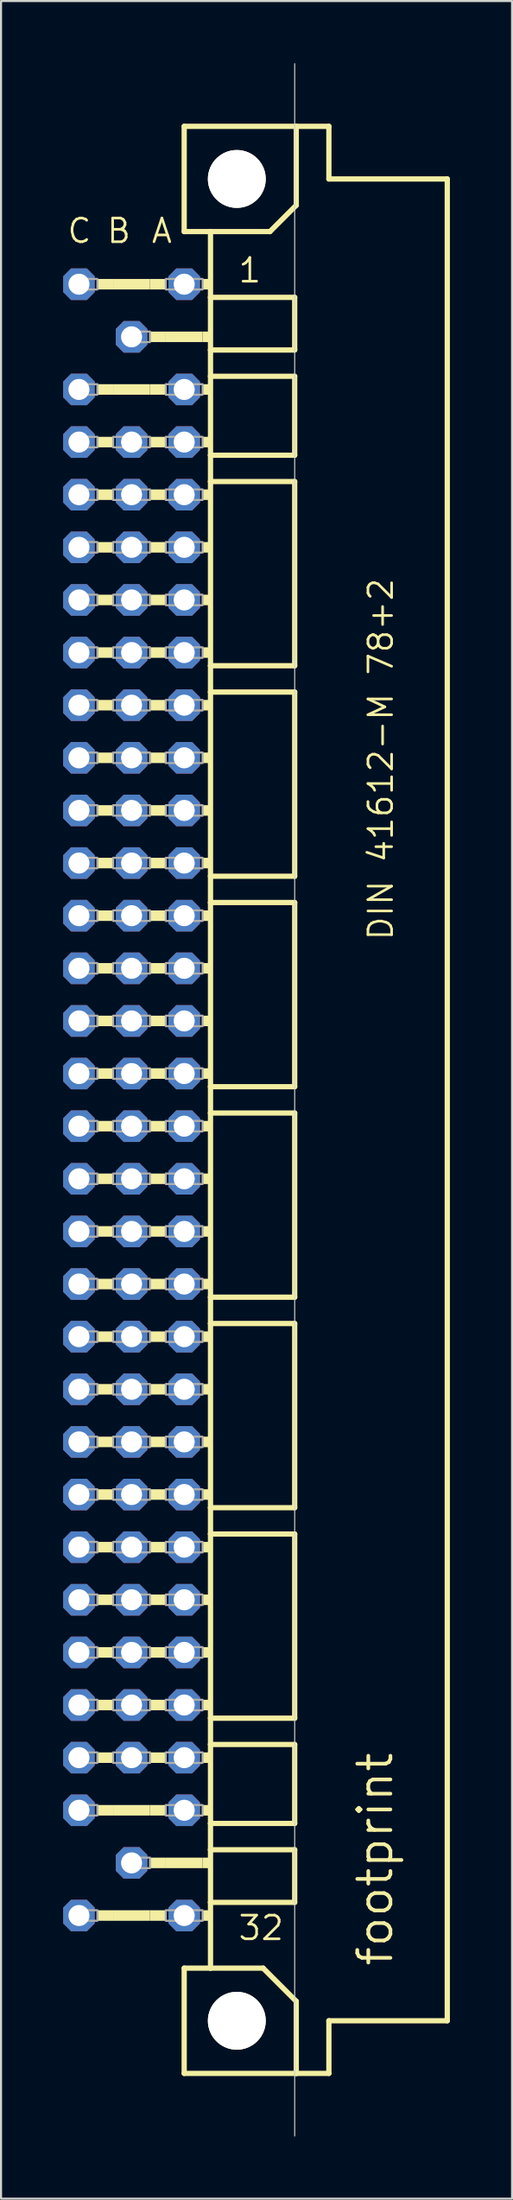
<source format=kicad_pcb>
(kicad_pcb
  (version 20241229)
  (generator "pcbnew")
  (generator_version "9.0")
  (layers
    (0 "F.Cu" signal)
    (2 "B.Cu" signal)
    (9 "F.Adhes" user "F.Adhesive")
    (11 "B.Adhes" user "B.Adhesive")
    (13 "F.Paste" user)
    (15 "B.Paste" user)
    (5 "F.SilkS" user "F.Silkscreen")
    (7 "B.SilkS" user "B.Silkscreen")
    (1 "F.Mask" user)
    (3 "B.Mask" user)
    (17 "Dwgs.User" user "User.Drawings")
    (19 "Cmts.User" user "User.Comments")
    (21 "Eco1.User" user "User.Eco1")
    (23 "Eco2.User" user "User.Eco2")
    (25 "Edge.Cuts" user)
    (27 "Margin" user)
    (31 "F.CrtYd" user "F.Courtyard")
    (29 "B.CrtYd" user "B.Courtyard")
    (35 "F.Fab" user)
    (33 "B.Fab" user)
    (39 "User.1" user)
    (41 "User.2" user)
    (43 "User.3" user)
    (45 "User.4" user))
  (footprint "footprint"
    (layer "F.Cu")
    (at 8.382 50.038)
    (property "Reference" "footprint" (at 7.62 41.91 90) (layer "F.SilkS") (effects (font (size 1.6 1.6) (thickness 0.178)) (justify left bottom)))
    (fp_line (start -2.54 -46.99) (end -2.54 -41.91) (stroke (width 0.254) (type solid)) (layer "F.SilkS"))
    (fp_line (start -2.54 -41.91) (end -1.27 -41.91) (stroke (width 0.254) (type solid)) (layer "F.SilkS"))
    (fp_line (start -2.54 41.91) (end -2.54 46.99) (stroke (width 0.254) (type solid)) (layer "F.SilkS"))
    (fp_line (start -2.54 41.91) (end -1.27 41.91) (stroke (width 0.254) (type solid)) (layer "F.SilkS"))
    (fp_line (start -2.54 46.99) (end 2.87 46.99) (stroke (width 0.254) (type solid)) (layer "F.SilkS"))
    (fp_line (start -1.27 -41.91) (end -1.27 -38.735) (stroke (width 0.254) (type solid)) (layer "F.SilkS"))
    (fp_line (start -1.27 -41.91) (end 1.6 -41.91) (stroke (width 0.254) (type solid)) (layer "F.SilkS"))
    (fp_line (start -1.27 -38.735) (end -1.27 -36.195) (stroke (width 0.254) (type solid)) (layer "F.SilkS"))
    (fp_line (start -1.27 -36.195) (end -1.27 -34.925) (stroke (width 0.254) (type solid)) (layer "F.SilkS"))
    (fp_line (start -1.27 -34.925) (end -1.27 -31.115) (stroke (width 0.254) (type solid)) (layer "F.SilkS"))
    (fp_line (start -1.27 -31.115) (end -1.27 -29.845) (stroke (width 0.254) (type solid)) (layer "F.SilkS"))
    (fp_line (start -1.27 -29.845) (end -1.27 -20.955) (stroke (width 0.254) (type solid)) (layer "F.SilkS"))
    (fp_line (start -1.27 -20.955) (end -1.27 -19.685) (stroke (width 0.254) (type solid)) (layer "F.SilkS"))
    (fp_line (start -1.27 -19.685) (end -1.27 -10.795) (stroke (width 0.254) (type solid)) (layer "F.SilkS"))
    (fp_line (start -1.27 -10.795) (end -1.27 -9.525) (stroke (width 0.254) (type solid)) (layer "F.SilkS"))
    (fp_line (start -1.27 -9.525) (end -1.27 -0.635) (stroke (width 0.254) (type solid)) (layer "F.SilkS"))
    (fp_line (start -1.27 -0.635) (end -1.27 0.635) (stroke (width 0.254) (type solid)) (layer "F.SilkS"))
    (fp_line (start -1.27 0.635) (end -1.27 9.525) (stroke (width 0.254) (type solid)) (layer "F.SilkS"))
    (fp_line (start -1.27 9.525) (end -1.27 10.795) (stroke (width 0.254) (type solid)) (layer "F.SilkS"))
    (fp_line (start -1.27 10.795) (end -1.27 19.685) (stroke (width 0.254) (type solid)) (layer "F.SilkS"))
    (fp_line (start -1.27 19.685) (end -1.27 20.955) (stroke (width 0.254) (type solid)) (layer "F.SilkS"))
    (fp_line (start -1.27 20.955) (end -1.27 29.845) (stroke (width 0.254) (type solid)) (layer "F.SilkS"))
    (fp_line (start -1.27 29.845) (end -1.27 31.115) (stroke (width 0.254) (type solid)) (layer "F.SilkS"))
    (fp_line (start -1.27 31.115) (end -1.27 34.925) (stroke (width 0.254) (type solid)) (layer "F.SilkS"))
    (fp_line (start -1.27 34.925) (end -1.27 36.195) (stroke (width 0.254) (type solid)) (layer "F.SilkS"))
    (fp_line (start -1.27 36.195) (end -1.27 38.735) (stroke (width 0.254) (type solid)) (layer "F.SilkS"))
    (fp_line (start -1.27 38.735) (end -1.27 41.91) (stroke (width 0.254) (type solid)) (layer "F.SilkS"))
    (fp_line (start -1.27 41.91) (end 1.27 41.91) (stroke (width 0.254) (type solid)) (layer "F.SilkS"))
    (fp_line (start 1.6 -41.91) (end 2.87 -43.18) (stroke (width 0.254) (type solid)) (layer "F.SilkS"))
    (fp_line (start 2.794 -38.735) (end -1.27 -38.735) (stroke (width 0.254) (type solid)) (layer "F.SilkS"))
    (fp_line (start 2.794 -38.735) (end 2.794 -36.195) (stroke (width 0.254) (type solid)) (layer "F.SilkS"))
    (fp_line (start 2.794 -36.195) (end -1.27 -36.195) (stroke (width 0.254) (type solid)) (layer "F.SilkS"))
    (fp_line (start 2.794 -34.925) (end -1.27 -34.925) (stroke (width 0.254) (type solid)) (layer "F.SilkS"))
    (fp_line (start 2.794 -34.925) (end 2.794 -31.115) (stroke (width 0.254) (type solid)) (layer "F.SilkS"))
    (fp_line (start 2.794 -31.115) (end -1.27 -31.115) (stroke (width 0.254) (type solid)) (layer "F.SilkS"))
    (fp_line (start 2.794 -29.845) (end -1.27 -29.845) (stroke (width 0.254) (type solid)) (layer "F.SilkS"))
    (fp_line (start 2.794 -29.845) (end 2.794 -20.955) (stroke (width 0.254) (type solid)) (layer "F.SilkS"))
    (fp_line (start 2.794 -20.955) (end -1.27 -20.955) (stroke (width 0.254) (type solid)) (layer "F.SilkS"))
    (fp_line (start 2.794 -19.685) (end -1.27 -19.685) (stroke (width 0.254) (type solid)) (layer "F.SilkS"))
    (fp_line (start 2.794 -19.685) (end 2.794 -10.795) (stroke (width 0.254) (type solid)) (layer "F.SilkS"))
    (fp_line (start 2.794 -10.795) (end -1.27 -10.795) (stroke (width 0.254) (type solid)) (layer "F.SilkS"))
    (fp_line (start 2.794 -9.525) (end -1.27 -9.525) (stroke (width 0.254) (type solid)) (layer "F.SilkS"))
    (fp_line (start 2.794 -9.525) (end 2.794 -0.635) (stroke (width 0.254) (type solid)) (layer "F.SilkS"))
    (fp_line (start 2.794 -0.635) (end -1.27 -0.635) (stroke (width 0.254) (type solid)) (layer "F.SilkS"))
    (fp_line (start 2.794 0.635) (end -1.27 0.635) (stroke (width 0.254) (type solid)) (layer "F.SilkS"))
    (fp_line (start 2.794 0.635) (end 2.794 9.525) (stroke (width 0.254) (type solid)) (layer "F.SilkS"))
    (fp_line (start 2.794 9.525) (end -1.27 9.525) (stroke (width 0.254) (type solid)) (layer "F.SilkS"))
    (fp_line (start 2.794 10.795) (end -1.27 10.795) (stroke (width 0.254) (type solid)) (layer "F.SilkS"))
    (fp_line (start 2.794 10.795) (end 2.794 19.685) (stroke (width 0.254) (type solid)) (layer "F.SilkS"))
    (fp_line (start 2.794 19.685) (end -1.27 19.685) (stroke (width 0.254) (type solid)) (layer "F.SilkS"))
    (fp_line (start 2.794 20.955) (end -1.27 20.955) (stroke (width 0.254) (type solid)) (layer "F.SilkS"))
    (fp_line (start 2.794 20.955) (end 2.794 29.845) (stroke (width 0.254) (type solid)) (layer "F.SilkS"))
    (fp_line (start 2.794 29.845) (end -1.27 29.845) (stroke (width 0.254) (type solid)) (layer "F.SilkS"))
    (fp_line (start 2.794 31.115) (end -1.27 31.115) (stroke (width 0.254) (type solid)) (layer "F.SilkS"))
    (fp_line (start 2.794 31.115) (end 2.794 34.925) (stroke (width 0.254) (type solid)) (layer "F.SilkS"))
    (fp_line (start 2.794 34.925) (end -1.27 34.925) (stroke (width 0.254) (type solid)) (layer "F.SilkS"))
    (fp_line (start 2.794 36.195) (end -1.27 36.195) (stroke (width 0.254) (type solid)) (layer "F.SilkS"))
    (fp_line (start 2.794 36.195) (end 2.794 38.735) (stroke (width 0.254) (type solid)) (layer "F.SilkS"))
    (fp_line (start 2.794 38.735) (end -1.27 38.735) (stroke (width 0.254) (type solid)) (layer "F.SilkS"))
    (fp_line (start 2.87 -46.99) (end -2.54 -46.99) (stroke (width 0.254) (type solid)) (layer "F.SilkS"))
    (fp_line (start 2.87 -43.18) (end 2.87 -46.99) (stroke (width 0.254) (type solid)) (layer "F.SilkS"))
    (fp_line (start 2.87 43.51) (end 1.27 41.91) (stroke (width 0.254) (type solid)) (layer "F.SilkS"))
    (fp_line (start 2.87 43.51) (end 2.87 46.99) (stroke (width 0.254) (type solid)) (layer "F.SilkS"))
    (fp_line (start 2.87 46.99) (end 4.445 46.99) (stroke (width 0.254) (type solid)) (layer "F.SilkS"))
    (fp_line (start 4.445 -46.99) (end 2.87 -46.99) (stroke (width 0.254) (type solid)) (layer "F.SilkS"))
    (fp_line (start 4.445 -44.45) (end 4.445 -46.99) (stroke (width 0.254) (type solid)) (layer "F.SilkS"))
    (fp_line (start 4.445 44.45) (end 10.16 44.45) (stroke (width 0.254) (type solid)) (layer "F.SilkS"))
    (fp_line (start 4.445 46.99) (end 4.445 44.45) (stroke (width 0.254) (type solid)) (layer "F.SilkS"))
    (fp_line (start 10.16 -44.45) (end 4.445 -44.45) (stroke (width 0.254) (type solid)) (layer "F.SilkS"))
    (fp_line (start 10.16 44.45) (end 10.16 -44.45) (stroke (width 0.254) (type solid)) (layer "F.SilkS"))
    (fp_circle (center 0 -44.45) (end 1.27 -44.45) (stroke (width 0.254) (type solid)) (fill no) (layer "F.SilkS"))
    (fp_circle (center 0 44.45) (end 1.27 44.45) (stroke (width 0.254) (type solid)) (fill no) (layer "F.SilkS"))
    (fp_poly (pts (xy -6.731 -39.116) (xy -5.969 -39.116) (xy -5.969 -39.624) (xy -6.731 -39.624)) (stroke (width 0) (type solid)) (fill yes) (layer "F.SilkS"))
    (fp_poly (pts (xy -6.731 -34.036) (xy -5.969 -34.036) (xy -5.969 -34.544) (xy -6.731 -34.544)) (stroke (width 0) (type solid)) (fill yes) (layer "F.SilkS"))
    (fp_poly (pts (xy -6.731 -31.496) (xy -5.969 -31.496) (xy -5.969 -32.004) (xy -6.731 -32.004)) (stroke (width 0) (type solid)) (fill yes) (layer "F.SilkS"))
    (fp_poly (pts (xy -6.731 -28.956) (xy -5.969 -28.956) (xy -5.969 -29.464) (xy -6.731 -29.464)) (stroke (width 0) (type solid)) (fill yes) (layer "F.SilkS"))
    (fp_poly (pts (xy -6.731 -26.416) (xy -5.969 -26.416) (xy -5.969 -26.924) (xy -6.731 -26.924)) (stroke (width 0) (type solid)) (fill yes) (layer "F.SilkS"))
    (fp_poly (pts (xy -6.731 -23.876) (xy -5.969 -23.876) (xy -5.969 -24.384) (xy -6.731 -24.384)) (stroke (width 0) (type solid)) (fill yes) (layer "F.SilkS"))
    (fp_poly (pts (xy -6.731 -21.336) (xy -5.969 -21.336) (xy -5.969 -21.844) (xy -6.731 -21.844)) (stroke (width 0) (type solid)) (fill yes) (layer "F.SilkS"))
    (fp_poly (pts (xy -6.731 -18.796) (xy -5.969 -18.796) (xy -5.969 -19.304) (xy -6.731 -19.304)) (stroke (width 0) (type solid)) (fill yes) (layer "F.SilkS"))
    (fp_poly (pts (xy -6.731 -16.256) (xy -5.969 -16.256) (xy -5.969 -16.764) (xy -6.731 -16.764)) (stroke (width 0) (type solid)) (fill yes) (layer "F.SilkS"))
    (fp_poly (pts (xy -6.731 -13.716) (xy -5.969 -13.716) (xy -5.969 -14.224) (xy -6.731 -14.224)) (stroke (width 0) (type solid)) (fill yes) (layer "F.SilkS"))
    (fp_poly (pts (xy -6.731 -11.176) (xy -5.969 -11.176) (xy -5.969 -11.684) (xy -6.731 -11.684)) (stroke (width 0) (type solid)) (fill yes) (layer "F.SilkS"))
    (fp_poly (pts (xy -6.731 -8.636) (xy -5.969 -8.636) (xy -5.969 -9.144) (xy -6.731 -9.144)) (stroke (width 0) (type solid)) (fill yes) (layer "F.SilkS"))
    (fp_poly (pts (xy -6.731 -6.096) (xy -5.969 -6.096) (xy -5.969 -6.604) (xy -6.731 -6.604)) (stroke (width 0) (type solid)) (fill yes) (layer "F.SilkS"))
    (fp_poly (pts (xy -6.731 -3.556) (xy -5.969 -3.556) (xy -5.969 -4.064) (xy -6.731 -4.064)) (stroke (width 0) (type solid)) (fill yes) (layer "F.SilkS"))
    (fp_poly (pts (xy -6.731 -1.016) (xy -5.969 -1.016) (xy -5.969 -1.524) (xy -6.731 -1.524)) (stroke (width 0) (type solid)) (fill yes) (layer "F.SilkS"))
    (fp_poly (pts (xy -6.731 1.524) (xy -5.969 1.524) (xy -5.969 1.016) (xy -6.731 1.016)) (stroke (width 0) (type solid)) (fill yes) (layer "F.SilkS"))
    (fp_poly (pts (xy -6.731 4.064) (xy -5.969 4.064) (xy -5.969 3.556) (xy -6.731 3.556)) (stroke (width 0) (type solid)) (fill yes) (layer "F.SilkS"))
    (fp_poly (pts (xy -6.731 6.604) (xy -5.969 6.604) (xy -5.969 6.096) (xy -6.731 6.096)) (stroke (width 0) (type solid)) (fill yes) (layer "F.SilkS"))
    (fp_poly (pts (xy -6.731 9.144) (xy -5.969 9.144) (xy -5.969 8.636) (xy -6.731 8.636)) (stroke (width 0) (type solid)) (fill yes) (layer "F.SilkS"))
    (fp_poly (pts (xy -6.731 11.684) (xy -5.969 11.684) (xy -5.969 11.176) (xy -6.731 11.176)) (stroke (width 0) (type solid)) (fill yes) (layer "F.SilkS"))
    (fp_poly (pts (xy -6.731 14.224) (xy -5.969 14.224) (xy -5.969 13.716) (xy -6.731 13.716)) (stroke (width 0) (type solid)) (fill yes) (layer "F.SilkS"))
    (fp_poly (pts (xy -6.731 16.764) (xy -5.969 16.764) (xy -5.969 16.256) (xy -6.731 16.256)) (stroke (width 0) (type solid)) (fill yes) (layer "F.SilkS"))
    (fp_poly (pts (xy -6.731 19.304) (xy -5.969 19.304) (xy -5.969 18.796) (xy -6.731 18.796)) (stroke (width 0) (type solid)) (fill yes) (layer "F.SilkS"))
    (fp_poly (pts (xy -6.731 21.844) (xy -5.969 21.844) (xy -5.969 21.336) (xy -6.731 21.336)) (stroke (width 0) (type solid)) (fill yes) (layer "F.SilkS"))
    (fp_poly (pts (xy -6.731 24.384) (xy -5.969 24.384) (xy -5.969 23.876) (xy -6.731 23.876)) (stroke (width 0) (type solid)) (fill yes) (layer "F.SilkS"))
    (fp_poly (pts (xy -6.731 26.924) (xy -5.969 26.924) (xy -5.969 26.416) (xy -6.731 26.416)) (stroke (width 0) (type solid)) (fill yes) (layer "F.SilkS"))
    (fp_poly (pts (xy -6.731 29.464) (xy -5.969 29.464) (xy -5.969 28.956) (xy -6.731 28.956)) (stroke (width 0) (type solid)) (fill yes) (layer "F.SilkS"))
    (fp_poly (pts (xy -6.731 32.004) (xy -5.969 32.004) (xy -5.969 31.496) (xy -6.731 31.496)) (stroke (width 0) (type solid)) (fill yes) (layer "F.SilkS"))
    (fp_poly (pts (xy -6.731 34.544) (xy -5.969 34.544) (xy -5.969 34.036) (xy -6.731 34.036)) (stroke (width 0) (type solid)) (fill yes) (layer "F.SilkS"))
    (fp_poly (pts (xy -6.731 39.624) (xy -5.969 39.624) (xy -5.969 39.116) (xy -6.731 39.116)) (stroke (width 0) (type solid)) (fill yes) (layer "F.SilkS"))
    (fp_poly (pts (xy -5.969 -39.116) (xy -4.191 -39.116) (xy -4.191 -39.624) (xy -5.969 -39.624)) (stroke (width 0) (type solid)) (fill yes) (layer "F.SilkS"))
    (fp_poly (pts (xy -5.969 -34.036) (xy -4.191 -34.036) (xy -4.191 -34.544) (xy -5.969 -34.544)) (stroke (width 0) (type solid)) (fill yes) (layer "F.SilkS"))
    (fp_poly (pts (xy -5.969 34.544) (xy -4.191 34.544) (xy -4.191 34.036) (xy -5.969 34.036)) (stroke (width 0) (type solid)) (fill yes) (layer "F.SilkS"))
    (fp_poly (pts (xy -5.969 39.624) (xy -4.191 39.624) (xy -4.191 39.116) (xy -5.969 39.116)) (stroke (width 0) (type solid)) (fill yes) (layer "F.SilkS"))
    (fp_poly (pts (xy -4.191 -39.116) (xy -3.429 -39.116) (xy -3.429 -39.624) (xy -4.191 -39.624)) (stroke (width 0) (type solid)) (fill yes) (layer "F.SilkS"))
    (fp_poly (pts (xy -4.191 -36.576) (xy -3.429 -36.576) (xy -3.429 -37.084) (xy -4.191 -37.084)) (stroke (width 0) (type solid)) (fill yes) (layer "F.SilkS"))
    (fp_poly (pts (xy -4.191 -34.036) (xy -3.429 -34.036) (xy -3.429 -34.544) (xy -4.191 -34.544)) (stroke (width 0) (type solid)) (fill yes) (layer "F.SilkS"))
    (fp_poly (pts (xy -4.191 -31.496) (xy -3.429 -31.496) (xy -3.429 -32.004) (xy -4.191 -32.004)) (stroke (width 0) (type solid)) (fill yes) (layer "F.SilkS"))
    (fp_poly (pts (xy -4.191 -28.956) (xy -3.429 -28.956) (xy -3.429 -29.464) (xy -4.191 -29.464)) (stroke (width 0) (type solid)) (fill yes) (layer "F.SilkS"))
    (fp_poly (pts (xy -4.191 -26.416) (xy -3.429 -26.416) (xy -3.429 -26.924) (xy -4.191 -26.924)) (stroke (width 0) (type solid)) (fill yes) (layer "F.SilkS"))
    (fp_poly (pts (xy -4.191 -23.876) (xy -3.429 -23.876) (xy -3.429 -24.384) (xy -4.191 -24.384)) (stroke (width 0) (type solid)) (fill yes) (layer "F.SilkS"))
    (fp_poly (pts (xy -4.191 -21.336) (xy -3.429 -21.336) (xy -3.429 -21.844) (xy -4.191 -21.844)) (stroke (width 0) (type solid)) (fill yes) (layer "F.SilkS"))
    (fp_poly (pts (xy -4.191 -18.796) (xy -3.429 -18.796) (xy -3.429 -19.304) (xy -4.191 -19.304)) (stroke (width 0) (type solid)) (fill yes) (layer "F.SilkS"))
    (fp_poly (pts (xy -4.191 -16.256) (xy -3.429 -16.256) (xy -3.429 -16.764) (xy -4.191 -16.764)) (stroke (width 0) (type solid)) (fill yes) (layer "F.SilkS"))
    (fp_poly (pts (xy -4.191 -13.716) (xy -3.429 -13.716) (xy -3.429 -14.224) (xy -4.191 -14.224)) (stroke (width 0) (type solid)) (fill yes) (layer "F.SilkS"))
    (fp_poly (pts (xy -4.191 -11.176) (xy -3.429 -11.176) (xy -3.429 -11.684) (xy -4.191 -11.684)) (stroke (width 0) (type solid)) (fill yes) (layer "F.SilkS"))
    (fp_poly (pts (xy -4.191 -8.636) (xy -3.429 -8.636) (xy -3.429 -9.144) (xy -4.191 -9.144)) (stroke (width 0) (type solid)) (fill yes) (layer "F.SilkS"))
    (fp_poly (pts (xy -4.191 -6.096) (xy -3.429 -6.096) (xy -3.429 -6.604) (xy -4.191 -6.604)) (stroke (width 0) (type solid)) (fill yes) (layer "F.SilkS"))
    (fp_poly (pts (xy -4.191 -3.556) (xy -3.429 -3.556) (xy -3.429 -4.064) (xy -4.191 -4.064)) (stroke (width 0) (type solid)) (fill yes) (layer "F.SilkS"))
    (fp_poly (pts (xy -4.191 -1.016) (xy -3.429 -1.016) (xy -3.429 -1.524) (xy -4.191 -1.524)) (stroke (width 0) (type solid)) (fill yes) (layer "F.SilkS"))
    (fp_poly (pts (xy -4.191 1.524) (xy -3.429 1.524) (xy -3.429 1.016) (xy -4.191 1.016)) (stroke (width 0) (type solid)) (fill yes) (layer "F.SilkS"))
    (fp_poly (pts (xy -4.191 4.064) (xy -3.429 4.064) (xy -3.429 3.556) (xy -4.191 3.556)) (stroke (width 0) (type solid)) (fill yes) (layer "F.SilkS"))
    (fp_poly (pts (xy -4.191 6.604) (xy -3.429 6.604) (xy -3.429 6.096) (xy -4.191 6.096)) (stroke (width 0) (type solid)) (fill yes) (layer "F.SilkS"))
    (fp_poly (pts (xy -4.191 9.144) (xy -3.429 9.144) (xy -3.429 8.636) (xy -4.191 8.636)) (stroke (width 0) (type solid)) (fill yes) (layer "F.SilkS"))
    (fp_poly (pts (xy -4.191 11.684) (xy -3.429 11.684) (xy -3.429 11.176) (xy -4.191 11.176)) (stroke (width 0) (type solid)) (fill yes) (layer "F.SilkS"))
    (fp_poly (pts (xy -4.191 14.224) (xy -3.429 14.224) (xy -3.429 13.716) (xy -4.191 13.716)) (stroke (width 0) (type solid)) (fill yes) (layer "F.SilkS"))
    (fp_poly (pts (xy -4.191 16.764) (xy -3.429 16.764) (xy -3.429 16.256) (xy -4.191 16.256)) (stroke (width 0) (type solid)) (fill yes) (layer "F.SilkS"))
    (fp_poly (pts (xy -4.191 19.304) (xy -3.429 19.304) (xy -3.429 18.796) (xy -4.191 18.796)) (stroke (width 0) (type solid)) (fill yes) (layer "F.SilkS"))
    (fp_poly (pts (xy -4.191 21.844) (xy -3.429 21.844) (xy -3.429 21.336) (xy -4.191 21.336)) (stroke (width 0) (type solid)) (fill yes) (layer "F.SilkS"))
    (fp_poly (pts (xy -4.191 24.384) (xy -3.429 24.384) (xy -3.429 23.876) (xy -4.191 23.876)) (stroke (width 0) (type solid)) (fill yes) (layer "F.SilkS"))
    (fp_poly (pts (xy -4.191 26.924) (xy -3.429 26.924) (xy -3.429 26.416) (xy -4.191 26.416)) (stroke (width 0) (type solid)) (fill yes) (layer "F.SilkS"))
    (fp_poly (pts (xy -4.191 29.464) (xy -3.429 29.464) (xy -3.429 28.956) (xy -4.191 28.956)) (stroke (width 0) (type solid)) (fill yes) (layer "F.SilkS"))
    (fp_poly (pts (xy -4.191 32.004) (xy -3.429 32.004) (xy -3.429 31.496) (xy -4.191 31.496)) (stroke (width 0) (type solid)) (fill yes) (layer "F.SilkS"))
    (fp_poly (pts (xy -4.191 34.544) (xy -3.429 34.544) (xy -3.429 34.036) (xy -4.191 34.036)) (stroke (width 0) (type solid)) (fill yes) (layer "F.SilkS"))
    (fp_poly (pts (xy -4.191 37.084) (xy -3.429 37.084) (xy -3.429 36.576) (xy -4.191 36.576)) (stroke (width 0) (type solid)) (fill yes) (layer "F.SilkS"))
    (fp_poly (pts (xy -4.191 39.624) (xy -3.429 39.624) (xy -3.429 39.116) (xy -4.191 39.116)) (stroke (width 0) (type solid)) (fill yes) (layer "F.SilkS"))
    (fp_poly (pts (xy -3.429 -36.576) (xy -1.651 -36.576) (xy -1.651 -37.084) (xy -3.429 -37.084)) (stroke (width 0) (type solid)) (fill yes) (layer "F.SilkS"))
    (fp_poly (pts (xy -3.429 37.084) (xy -1.651 37.084) (xy -1.651 36.576) (xy -3.429 36.576)) (stroke (width 0) (type solid)) (fill yes) (layer "F.SilkS"))
    (fp_poly (pts (xy -1.651 -39.116) (xy -1.27 -39.116) (xy -1.27 -39.624) (xy -1.651 -39.624)) (stroke (width 0) (type solid)) (fill yes) (layer "F.SilkS"))
    (fp_poly (pts (xy -1.651 -36.576) (xy -1.27 -36.576) (xy -1.27 -37.084) (xy -1.651 -37.084)) (stroke (width 0) (type solid)) (fill yes) (layer "F.SilkS"))
    (fp_poly (pts (xy -1.651 -34.036) (xy -1.27 -34.036) (xy -1.27 -34.544) (xy -1.651 -34.544)) (stroke (width 0) (type solid)) (fill yes) (layer "F.SilkS"))
    (fp_poly (pts (xy -1.651 -31.496) (xy -1.27 -31.496) (xy -1.27 -32.004) (xy -1.651 -32.004)) (stroke (width 0) (type solid)) (fill yes) (layer "F.SilkS"))
    (fp_poly (pts (xy -1.651 -28.956) (xy -1.27 -28.956) (xy -1.27 -29.464) (xy -1.651 -29.464)) (stroke (width 0) (type solid)) (fill yes) (layer "F.SilkS"))
    (fp_poly (pts (xy -1.651 -26.416) (xy -1.27 -26.416) (xy -1.27 -26.924) (xy -1.651 -26.924)) (stroke (width 0) (type solid)) (fill yes) (layer "F.SilkS"))
    (fp_poly (pts (xy -1.651 -23.876) (xy -1.27 -23.876) (xy -1.27 -24.384) (xy -1.651 -24.384)) (stroke (width 0) (type solid)) (fill yes) (layer "F.SilkS"))
    (fp_poly (pts (xy -1.651 -21.336) (xy -1.27 -21.336) (xy -1.27 -21.844) (xy -1.651 -21.844)) (stroke (width 0) (type solid)) (fill yes) (layer "F.SilkS"))
    (fp_poly (pts (xy -1.651 -18.796) (xy -1.27 -18.796) (xy -1.27 -19.304) (xy -1.651 -19.304)) (stroke (width 0) (type solid)) (fill yes) (layer "F.SilkS"))
    (fp_poly (pts (xy -1.651 -16.256) (xy -1.27 -16.256) (xy -1.27 -16.764) (xy -1.651 -16.764)) (stroke (width 0) (type solid)) (fill yes) (layer "F.SilkS"))
    (fp_poly (pts (xy -1.651 -13.716) (xy -1.27 -13.716) (xy -1.27 -14.224) (xy -1.651 -14.224)) (stroke (width 0) (type solid)) (fill yes) (layer "F.SilkS"))
    (fp_poly (pts (xy -1.651 -11.176) (xy -1.27 -11.176) (xy -1.27 -11.684) (xy -1.651 -11.684)) (stroke (width 0) (type solid)) (fill yes) (layer "F.SilkS"))
    (fp_poly (pts (xy -1.651 -8.636) (xy -1.27 -8.636) (xy -1.27 -9.144) (xy -1.651 -9.144)) (stroke (width 0) (type solid)) (fill yes) (layer "F.SilkS"))
    (fp_poly (pts (xy -1.651 -6.096) (xy -1.27 -6.096) (xy -1.27 -6.604) (xy -1.651 -6.604)) (stroke (width 0) (type solid)) (fill yes) (layer "F.SilkS"))
    (fp_poly (pts (xy -1.651 -3.556) (xy -1.27 -3.556) (xy -1.27 -4.064) (xy -1.651 -4.064)) (stroke (width 0) (type solid)) (fill yes) (layer "F.SilkS"))
    (fp_poly (pts (xy -1.651 -1.016) (xy -1.27 -1.016) (xy -1.27 -1.524) (xy -1.651 -1.524)) (stroke (width 0) (type solid)) (fill yes) (layer "F.SilkS"))
    (fp_poly (pts (xy -1.651 1.524) (xy -1.27 1.524) (xy -1.27 1.016) (xy -1.651 1.016)) (stroke (width 0) (type solid)) (fill yes) (layer "F.SilkS"))
    (fp_poly (pts (xy -1.651 4.064) (xy -1.27 4.064) (xy -1.27 3.556) (xy -1.651 3.556)) (stroke (width 0) (type solid)) (fill yes) (layer "F.SilkS"))
    (fp_poly (pts (xy -1.651 6.604) (xy -1.27 6.604) (xy -1.27 6.096) (xy -1.651 6.096)) (stroke (width 0) (type solid)) (fill yes) (layer "F.SilkS"))
    (fp_poly (pts (xy -1.651 9.144) (xy -1.27 9.144) (xy -1.27 8.636) (xy -1.651 8.636)) (stroke (width 0) (type solid)) (fill yes) (layer "F.SilkS"))
    (fp_poly (pts (xy -1.651 11.684) (xy -1.27 11.684) (xy -1.27 11.176) (xy -1.651 11.176)) (stroke (width 0) (type solid)) (fill yes) (layer "F.SilkS"))
    (fp_poly (pts (xy -1.651 14.224) (xy -1.27 14.224) (xy -1.27 13.716) (xy -1.651 13.716)) (stroke (width 0) (type solid)) (fill yes) (layer "F.SilkS"))
    (fp_poly (pts (xy -1.651 16.764) (xy -1.27 16.764) (xy -1.27 16.256) (xy -1.651 16.256)) (stroke (width 0) (type solid)) (fill yes) (layer "F.SilkS"))
    (fp_poly (pts (xy -1.651 19.304) (xy -1.27 19.304) (xy -1.27 18.796) (xy -1.651 18.796)) (stroke (width 0) (type solid)) (fill yes) (layer "F.SilkS"))
    (fp_poly (pts (xy -1.651 21.844) (xy -1.27 21.844) (xy -1.27 21.336) (xy -1.651 21.336)) (stroke (width 0) (type solid)) (fill yes) (layer "F.SilkS"))
    (fp_poly (pts (xy -1.651 24.384) (xy -1.27 24.384) (xy -1.27 23.876) (xy -1.651 23.876)) (stroke (width 0) (type solid)) (fill yes) (layer "F.SilkS"))
    (fp_poly (pts (xy -1.651 26.924) (xy -1.27 26.924) (xy -1.27 26.416) (xy -1.651 26.416)) (stroke (width 0) (type solid)) (fill yes) (layer "F.SilkS"))
    (fp_poly (pts (xy -1.651 29.464) (xy -1.27 29.464) (xy -1.27 28.956) (xy -1.651 28.956)) (stroke (width 0) (type solid)) (fill yes) (layer "F.SilkS"))
    (fp_poly (pts (xy -1.651 32.004) (xy -1.27 32.004) (xy -1.27 31.496) (xy -1.651 31.496)) (stroke (width 0) (type solid)) (fill yes) (layer "F.SilkS"))
    (fp_poly (pts (xy -1.651 34.544) (xy -1.27 34.544) (xy -1.27 34.036) (xy -1.651 34.036)) (stroke (width 0) (type solid)) (fill yes) (layer "F.SilkS"))
    (fp_poly (pts (xy -1.651 37.084) (xy -1.27 37.084) (xy -1.27 36.576) (xy -1.651 36.576)) (stroke (width 0) (type solid)) (fill yes) (layer "F.SilkS"))
    (fp_poly (pts (xy -1.651 39.624) (xy -1.27 39.624) (xy -1.27 39.116) (xy -1.651 39.116)) (stroke (width 0) (type solid)) (fill yes) (layer "F.SilkS"))
    (fp_line (start 2.794 50.013) (end 2.794 -50.013) (stroke (width 0.05) (type solid)) (layer "Edge.Cuts"))
    (fp_poly (pts (xy -7.874 -39.116) (xy -6.731 -39.116) (xy -6.731 -39.624) (xy -7.874 -39.624)) (stroke (width 0.1) (type solid)) (fill no) (layer "F.Fab"))
    (fp_poly (pts (xy -7.874 -34.036) (xy -6.731 -34.036) (xy -6.731 -34.544) (xy -7.874 -34.544)) (stroke (width 0.1) (type solid)) (fill no) (layer "F.Fab"))
    (fp_poly (pts (xy -7.874 -31.496) (xy -6.731 -31.496) (xy -6.731 -32.004) (xy -7.874 -32.004)) (stroke (width 0.1) (type solid)) (fill no) (layer "F.Fab"))
    (fp_poly (pts (xy -7.874 -28.956) (xy -6.731 -28.956) (xy -6.731 -29.464) (xy -7.874 -29.464)) (stroke (width 0.1) (type solid)) (fill no) (layer "F.Fab"))
    (fp_poly (pts (xy -7.874 -26.416) (xy -6.731 -26.416) (xy -6.731 -26.924) (xy -7.874 -26.924)) (stroke (width 0.1) (type solid)) (fill no) (layer "F.Fab"))
    (fp_poly (pts (xy -7.874 -23.876) (xy -6.731 -23.876) (xy -6.731 -24.384) (xy -7.874 -24.384)) (stroke (width 0.1) (type solid)) (fill no) (layer "F.Fab"))
    (fp_poly (pts (xy -7.874 -21.336) (xy -6.731 -21.336) (xy -6.731 -21.844) (xy -7.874 -21.844)) (stroke (width 0.1) (type solid)) (fill no) (layer "F.Fab"))
    (fp_poly (pts (xy -7.874 -18.796) (xy -6.731 -18.796) (xy -6.731 -19.304) (xy -7.874 -19.304)) (stroke (width 0.1) (type solid)) (fill no) (layer "F.Fab"))
    (fp_poly (pts (xy -7.874 -16.256) (xy -6.731 -16.256) (xy -6.731 -16.764) (xy -7.874 -16.764)) (stroke (width 0.1) (type solid)) (fill no) (layer "F.Fab"))
    (fp_poly (pts (xy -7.874 -13.716) (xy -6.731 -13.716) (xy -6.731 -14.224) (xy -7.874 -14.224)) (stroke (width 0.1) (type solid)) (fill no) (layer "F.Fab"))
    (fp_poly (pts (xy -7.874 -11.176) (xy -6.731 -11.176) (xy -6.731 -11.684) (xy -7.874 -11.684)) (stroke (width 0.1) (type solid)) (fill no) (layer "F.Fab"))
    (fp_poly (pts (xy -7.874 -8.636) (xy -6.731 -8.636) (xy -6.731 -9.144) (xy -7.874 -9.144)) (stroke (width 0.1) (type solid)) (fill no) (layer "F.Fab"))
    (fp_poly (pts (xy -7.874 -6.096) (xy -6.731 -6.096) (xy -6.731 -6.604) (xy -7.874 -6.604)) (stroke (width 0.1) (type solid)) (fill no) (layer "F.Fab"))
    (fp_poly (pts (xy -7.874 -3.556) (xy -6.731 -3.556) (xy -6.731 -4.064) (xy -7.874 -4.064)) (stroke (width 0.1) (type solid)) (fill no) (layer "F.Fab"))
    (fp_poly (pts (xy -7.874 -1.016) (xy -6.731 -1.016) (xy -6.731 -1.524) (xy -7.874 -1.524)) (stroke (width 0.1) (type solid)) (fill no) (layer "F.Fab"))
    (fp_poly (pts (xy -7.874 1.524) (xy -6.731 1.524) (xy -6.731 1.016) (xy -7.874 1.016)) (stroke (width 0.1) (type solid)) (fill no) (layer "F.Fab"))
    (fp_poly (pts (xy -7.874 4.064) (xy -6.731 4.064) (xy -6.731 3.556) (xy -7.874 3.556)) (stroke (width 0.1) (type solid)) (fill no) (layer "F.Fab"))
    (fp_poly (pts (xy -7.874 6.604) (xy -6.731 6.604) (xy -6.731 6.096) (xy -7.874 6.096)) (stroke (width 0.1) (type solid)) (fill no) (layer "F.Fab"))
    (fp_poly (pts (xy -7.874 9.144) (xy -6.731 9.144) (xy -6.731 8.636) (xy -7.874 8.636)) (stroke (width 0.1) (type solid)) (fill no) (layer "F.Fab"))
    (fp_poly (pts (xy -7.874 11.684) (xy -6.731 11.684) (xy -6.731 11.176) (xy -7.874 11.176)) (stroke (width 0.1) (type solid)) (fill no) (layer "F.Fab"))
    (fp_poly (pts (xy -7.874 14.224) (xy -6.731 14.224) (xy -6.731 13.716) (xy -7.874 13.716)) (stroke (width 0.1) (type solid)) (fill no) (layer "F.Fab"))
    (fp_poly (pts (xy -7.874 16.764) (xy -6.731 16.764) (xy -6.731 16.256) (xy -7.874 16.256)) (stroke (width 0.1) (type solid)) (fill no) (layer "F.Fab"))
    (fp_poly (pts (xy -7.874 19.304) (xy -6.731 19.304) (xy -6.731 18.796) (xy -7.874 18.796)) (stroke (width 0.1) (type solid)) (fill no) (layer "F.Fab"))
    (fp_poly (pts (xy -7.874 21.844) (xy -6.731 21.844) (xy -6.731 21.336) (xy -7.874 21.336)) (stroke (width 0.1) (type solid)) (fill no) (layer "F.Fab"))
    (fp_poly (pts (xy -7.874 24.384) (xy -6.731 24.384) (xy -6.731 23.876) (xy -7.874 23.876)) (stroke (width 0.1) (type solid)) (fill no) (layer "F.Fab"))
    (fp_poly (pts (xy -7.874 26.924) (xy -6.731 26.924) (xy -6.731 26.416) (xy -7.874 26.416)) (stroke (width 0.1) (type solid)) (fill no) (layer "F.Fab"))
    (fp_poly (pts (xy -7.874 29.464) (xy -6.731 29.464) (xy -6.731 28.956) (xy -7.874 28.956)) (stroke (width 0.1) (type solid)) (fill no) (layer "F.Fab"))
    (fp_poly (pts (xy -7.874 32.004) (xy -6.731 32.004) (xy -6.731 31.496) (xy -7.874 31.496)) (stroke (width 0.1) (type solid)) (fill no) (layer "F.Fab"))
    (fp_poly (pts (xy -7.874 34.544) (xy -6.731 34.544) (xy -6.731 34.036) (xy -7.874 34.036)) (stroke (width 0.1) (type solid)) (fill no) (layer "F.Fab"))
    (fp_poly (pts (xy -7.874 39.624) (xy -6.731 39.624) (xy -6.731 39.116) (xy -7.874 39.116)) (stroke (width 0.1) (type solid)) (fill no) (layer "F.Fab"))
    (fp_poly (pts (xy -5.969 -31.496) (xy -4.191 -31.496) (xy -4.191 -32.004) (xy -5.969 -32.004)) (stroke (width 0.1) (type solid)) (fill no) (layer "F.Fab"))
    (fp_poly (pts (xy -5.969 -28.956) (xy -4.191 -28.956) (xy -4.191 -29.464) (xy -5.969 -29.464)) (stroke (width 0.1) (type solid)) (fill no) (layer "F.Fab"))
    (fp_poly (pts (xy -5.969 -26.416) (xy -4.191 -26.416) (xy -4.191 -26.924) (xy -5.969 -26.924)) (stroke (width 0.1) (type solid)) (fill no) (layer "F.Fab"))
    (fp_poly (pts (xy -5.969 -23.876) (xy -4.191 -23.876) (xy -4.191 -24.384) (xy -5.969 -24.384)) (stroke (width 0.1) (type solid)) (fill no) (layer "F.Fab"))
    (fp_poly (pts (xy -5.969 -21.336) (xy -4.191 -21.336) (xy -4.191 -21.844) (xy -5.969 -21.844)) (stroke (width 0.1) (type solid)) (fill no) (layer "F.Fab"))
    (fp_poly (pts (xy -5.969 -18.796) (xy -4.191 -18.796) (xy -4.191 -19.304) (xy -5.969 -19.304)) (stroke (width 0.1) (type solid)) (fill no) (layer "F.Fab"))
    (fp_poly (pts (xy -5.969 -16.256) (xy -4.191 -16.256) (xy -4.191 -16.764) (xy -5.969 -16.764)) (stroke (width 0.1) (type solid)) (fill no) (layer "F.Fab"))
    (fp_poly (pts (xy -5.969 -13.716) (xy -4.191 -13.716) (xy -4.191 -14.224) (xy -5.969 -14.224)) (stroke (width 0.1) (type solid)) (fill no) (layer "F.Fab"))
    (fp_poly (pts (xy -5.969 -11.176) (xy -4.191 -11.176) (xy -4.191 -11.684) (xy -5.969 -11.684)) (stroke (width 0.1) (type solid)) (fill no) (layer "F.Fab"))
    (fp_poly (pts (xy -5.969 -8.636) (xy -4.191 -8.636) (xy -4.191 -9.144) (xy -5.969 -9.144)) (stroke (width 0.1) (type solid)) (fill no) (layer "F.Fab"))
    (fp_poly (pts (xy -5.969 -6.096) (xy -4.191 -6.096) (xy -4.191 -6.604) (xy -5.969 -6.604)) (stroke (width 0.1) (type solid)) (fill no) (layer "F.Fab"))
    (fp_poly (pts (xy -5.969 -3.556) (xy -4.191 -3.556) (xy -4.191 -4.064) (xy -5.969 -4.064)) (stroke (width 0.1) (type solid)) (fill no) (layer "F.Fab"))
    (fp_poly (pts (xy -5.969 -1.016) (xy -4.191 -1.016) (xy -4.191 -1.524) (xy -5.969 -1.524)) (stroke (width 0.1) (type solid)) (fill no) (layer "F.Fab"))
    (fp_poly (pts (xy -5.969 1.524) (xy -4.191 1.524) (xy -4.191 1.016) (xy -5.969 1.016)) (stroke (width 0.1) (type solid)) (fill no) (layer "F.Fab"))
    (fp_poly (pts (xy -5.969 4.064) (xy -4.191 4.064) (xy -4.191 3.556) (xy -5.969 3.556)) (stroke (width 0.1) (type solid)) (fill no) (layer "F.Fab"))
    (fp_poly (pts (xy -5.969 6.604) (xy -4.191 6.604) (xy -4.191 6.096) (xy -5.969 6.096)) (stroke (width 0.1) (type solid)) (fill no) (layer "F.Fab"))
    (fp_poly (pts (xy -5.969 9.144) (xy -4.191 9.144) (xy -4.191 8.636) (xy -5.969 8.636)) (stroke (width 0.1) (type solid)) (fill no) (layer "F.Fab"))
    (fp_poly (pts (xy -5.969 11.684) (xy -4.191 11.684) (xy -4.191 11.176) (xy -5.969 11.176)) (stroke (width 0.1) (type solid)) (fill no) (layer "F.Fab"))
    (fp_poly (pts (xy -5.969 14.224) (xy -4.191 14.224) (xy -4.191 13.716) (xy -5.969 13.716)) (stroke (width 0.1) (type solid)) (fill no) (layer "F.Fab"))
    (fp_poly (pts (xy -5.969 16.764) (xy -4.191 16.764) (xy -4.191 16.256) (xy -5.969 16.256)) (stroke (width 0.1) (type solid)) (fill no) (layer "F.Fab"))
    (fp_poly (pts (xy -5.969 19.304) (xy -4.191 19.304) (xy -4.191 18.796) (xy -5.969 18.796)) (stroke (width 0.1) (type solid)) (fill no) (layer "F.Fab"))
    (fp_poly (pts (xy -5.969 21.844) (xy -4.191 21.844) (xy -4.191 21.336) (xy -5.969 21.336)) (stroke (width 0.1) (type solid)) (fill no) (layer "F.Fab"))
    (fp_poly (pts (xy -5.969 24.384) (xy -4.191 24.384) (xy -4.191 23.876) (xy -5.969 23.876)) (stroke (width 0.1) (type solid)) (fill no) (layer "F.Fab"))
    (fp_poly (pts (xy -5.969 26.924) (xy -4.191 26.924) (xy -4.191 26.416) (xy -5.969 26.416)) (stroke (width 0.1) (type solid)) (fill no) (layer "F.Fab"))
    (fp_poly (pts (xy -5.969 29.464) (xy -4.191 29.464) (xy -4.191 28.956) (xy -5.969 28.956)) (stroke (width 0.1) (type solid)) (fill no) (layer "F.Fab"))
    (fp_poly (pts (xy -5.969 32.004) (xy -4.191 32.004) (xy -4.191 31.496) (xy -5.969 31.496)) (stroke (width 0.1) (type solid)) (fill no) (layer "F.Fab"))
    (fp_poly (pts (xy -5.334 -36.576) (xy -4.191 -36.576) (xy -4.191 -37.084) (xy -5.334 -37.084)) (stroke (width 0.1) (type solid)) (fill no) (layer "F.Fab"))
    (fp_poly (pts (xy -5.334 37.084) (xy -4.191 37.084) (xy -4.191 36.576) (xy -5.334 36.576)) (stroke (width 0.1) (type solid)) (fill no) (layer "F.Fab"))
    (fp_poly (pts (xy -3.429 -39.116) (xy -1.651 -39.116) (xy -1.651 -39.624) (xy -3.429 -39.624)) (stroke (width 0.1) (type solid)) (fill no) (layer "F.Fab"))
    (fp_poly (pts (xy -3.429 -34.036) (xy -1.651 -34.036) (xy -1.651 -34.544) (xy -3.429 -34.544)) (stroke (width 0.1) (type solid)) (fill no) (layer "F.Fab"))
    (fp_poly (pts (xy -3.429 -31.496) (xy -1.651 -31.496) (xy -1.651 -32.004) (xy -3.429 -32.004)) (stroke (width 0.1) (type solid)) (fill no) (layer "F.Fab"))
    (fp_poly (pts (xy -3.429 -28.956) (xy -1.651 -28.956) (xy -1.651 -29.464) (xy -3.429 -29.464)) (stroke (width 0.1) (type solid)) (fill no) (layer "F.Fab"))
    (fp_poly (pts (xy -3.429 -26.416) (xy -1.651 -26.416) (xy -1.651 -26.924) (xy -3.429 -26.924)) (stroke (width 0.1) (type solid)) (fill no) (layer "F.Fab"))
    (fp_poly (pts (xy -3.429 -23.876) (xy -1.651 -23.876) (xy -1.651 -24.384) (xy -3.429 -24.384)) (stroke (width 0.1) (type solid)) (fill no) (layer "F.Fab"))
    (fp_poly (pts (xy -3.429 -21.336) (xy -1.651 -21.336) (xy -1.651 -21.844) (xy -3.429 -21.844)) (stroke (width 0.1) (type solid)) (fill no) (layer "F.Fab"))
    (fp_poly (pts (xy -3.429 -18.796) (xy -1.651 -18.796) (xy -1.651 -19.304) (xy -3.429 -19.304)) (stroke (width 0.1) (type solid)) (fill no) (layer "F.Fab"))
    (fp_poly (pts (xy -3.429 -16.256) (xy -1.651 -16.256) (xy -1.651 -16.764) (xy -3.429 -16.764)) (stroke (width 0.1) (type solid)) (fill no) (layer "F.Fab"))
    (fp_poly (pts (xy -3.429 -13.716) (xy -1.651 -13.716) (xy -1.651 -14.224) (xy -3.429 -14.224)) (stroke (width 0.1) (type solid)) (fill no) (layer "F.Fab"))
    (fp_poly (pts (xy -3.429 -11.176) (xy -1.651 -11.176) (xy -1.651 -11.684) (xy -3.429 -11.684)) (stroke (width 0.1) (type solid)) (fill no) (layer "F.Fab"))
    (fp_poly (pts (xy -3.429 -8.636) (xy -1.651 -8.636) (xy -1.651 -9.144) (xy -3.429 -9.144)) (stroke (width 0.1) (type solid)) (fill no) (layer "F.Fab"))
    (fp_poly (pts (xy -3.429 -6.096) (xy -1.651 -6.096) (xy -1.651 -6.604) (xy -3.429 -6.604)) (stroke (width 0.1) (type solid)) (fill no) (layer "F.Fab"))
    (fp_poly (pts (xy -3.429 -3.556) (xy -1.651 -3.556) (xy -1.651 -4.064) (xy -3.429 -4.064)) (stroke (width 0.1) (type solid)) (fill no) (layer "F.Fab"))
    (fp_poly (pts (xy -3.429 -1.016) (xy -1.651 -1.016) (xy -1.651 -1.524) (xy -3.429 -1.524)) (stroke (width 0.1) (type solid)) (fill no) (layer "F.Fab"))
    (fp_poly (pts (xy -3.429 1.524) (xy -1.651 1.524) (xy -1.651 1.016) (xy -3.429 1.016)) (stroke (width 0.1) (type solid)) (fill no) (layer "F.Fab"))
    (fp_poly (pts (xy -3.429 4.064) (xy -1.651 4.064) (xy -1.651 3.556) (xy -3.429 3.556)) (stroke (width 0.1) (type solid)) (fill no) (layer "F.Fab"))
    (fp_poly (pts (xy -3.429 6.604) (xy -1.651 6.604) (xy -1.651 6.096) (xy -3.429 6.096)) (stroke (width 0.1) (type solid)) (fill no) (layer "F.Fab"))
    (fp_poly (pts (xy -3.429 9.144) (xy -1.651 9.144) (xy -1.651 8.636) (xy -3.429 8.636)) (stroke (width 0.1) (type solid)) (fill no) (layer "F.Fab"))
    (fp_poly (pts (xy -3.429 11.684) (xy -1.651 11.684) (xy -1.651 11.176) (xy -3.429 11.176)) (stroke (width 0.1) (type solid)) (fill no) (layer "F.Fab"))
    (fp_poly (pts (xy -3.429 14.224) (xy -1.651 14.224) (xy -1.651 13.716) (xy -3.429 13.716)) (stroke (width 0.1) (type solid)) (fill no) (layer "F.Fab"))
    (fp_poly (pts (xy -3.429 16.764) (xy -1.651 16.764) (xy -1.651 16.256) (xy -3.429 16.256)) (stroke (width 0.1) (type solid)) (fill no) (layer "F.Fab"))
    (fp_poly (pts (xy -3.429 19.304) (xy -1.651 19.304) (xy -1.651 18.796) (xy -3.429 18.796)) (stroke (width 0.1) (type solid)) (fill no) (layer "F.Fab"))
    (fp_poly (pts (xy -3.429 21.844) (xy -1.651 21.844) (xy -1.651 21.336) (xy -3.429 21.336)) (stroke (width 0.1) (type solid)) (fill no) (layer "F.Fab"))
    (fp_poly (pts (xy -3.429 24.384) (xy -1.651 24.384) (xy -1.651 23.876) (xy -3.429 23.876)) (stroke (width 0.1) (type solid)) (fill no) (layer "F.Fab"))
    (fp_poly (pts (xy -3.429 26.924) (xy -1.651 26.924) (xy -1.651 26.416) (xy -3.429 26.416)) (stroke (width 0.1) (type solid)) (fill no) (layer "F.Fab"))
    (fp_poly (pts (xy -3.429 29.464) (xy -1.651 29.464) (xy -1.651 28.956) (xy -3.429 28.956)) (stroke (width 0.1) (type solid)) (fill no) (layer "F.Fab"))
    (fp_poly (pts (xy -3.429 32.004) (xy -1.651 32.004) (xy -1.651 31.496) (xy -3.429 31.496)) (stroke (width 0.1) (type solid)) (fill no) (layer "F.Fab"))
    (fp_poly (pts (xy -3.429 34.544) (xy -1.651 34.544) (xy -1.651 34.036) (xy -3.429 34.036)) (stroke (width 0.1) (type solid)) (fill no) (layer "F.Fab"))
    (fp_poly (pts (xy -3.429 39.624) (xy -1.651 39.624) (xy -1.651 39.116) (xy -3.429 39.116)) (stroke (width 0.1) (type solid)) (fill no) (layer "F.Fab"))
    (fp_text user "B" (at -6.35 -41.275 0) (layer "F.SilkS") (effects (font (size 1.143 1.143) (thickness 0.127)) (justify left bottom)))
    (fp_text user "1" (at 0 -39.37 0) (layer "F.SilkS") (effects (font (size 1.143 1.143) (thickness 0.127)) (justify left bottom)))
    (fp_text user "DIN 41612-M 78+2" (at 7.62 -7.62 90) (layer "F.SilkS") (effects (font (size 1.143 1.143) (thickness 0.127)) (justify left bottom)))
    (fp_text user "C" (at -8.255 -41.275 0) (layer "F.SilkS") (effects (font (size 1.143 1.143) (thickness 0.127)) (justify left bottom)))
    (fp_text user "32" (at 0 40.64 0) (layer "F.SilkS") (effects (font (size 1.143 1.143) (thickness 0.127)) (justify left bottom)))
    (fp_text user "A" (at -4.191 -41.275 0) (layer "F.SilkS") (effects (font (size 1.143 1.143) (thickness 0.127)) (justify left bottom)))
    (pad "" np_thru_hole circle (at 0 -44.45) (size 2.794 2.794) (drill 2.794) (layers "*.Cu" "*.Mask"))
    (pad "" np_thru_hole circle (at 0 44.45) (size 2.794 2.794) (drill 2.794) (layers "*.Cu" "*.Mask"))
    (pad "A1" thru_hole roundrect (at -2.54 -39.37) (size 1.524 1.524) (drill 1.016) (layers "*.Cu" "*.Mask") (roundrect_rratio 0.25) (chamfer_ratio 0.25) (chamfer top_left top_right bottom_left bottom_right))
    (pad "A3" thru_hole roundrect (at -2.54 -34.29) (size 1.524 1.524) (drill 1.016) (layers "*.Cu" "*.Mask") (roundrect_rratio 0.25) (chamfer_ratio 0.25) (chamfer top_left top_right bottom_left bottom_right))
    (pad "A4" thru_hole roundrect (at -2.54 -31.75) (size 1.524 1.524) (drill 1.016) (layers "*.Cu" "*.Mask") (roundrect_rratio 0.25) (chamfer_ratio 0.25) (chamfer top_left top_right bottom_left bottom_right))
    (pad "A5" thru_hole roundrect (at -2.54 -29.21) (size 1.524 1.524) (drill 1.016) (layers "*.Cu" "*.Mask") (roundrect_rratio 0.25) (chamfer_ratio 0.25) (chamfer top_left top_right bottom_left bottom_right))
    (pad "A6" thru_hole roundrect (at -2.54 -26.67) (size 1.524 1.524) (drill 1.016) (layers "*.Cu" "*.Mask") (roundrect_rratio 0.25) (chamfer_ratio 0.25) (chamfer top_left top_right bottom_left bottom_right))
    (pad "A7" thru_hole roundrect (at -2.54 -24.13) (size 1.524 1.524) (drill 1.016) (layers "*.Cu" "*.Mask") (roundrect_rratio 0.25) (chamfer_ratio 0.25) (chamfer top_left top_right bottom_left bottom_right))
    (pad "A8" thru_hole roundrect (at -2.54 -21.59) (size 1.524 1.524) (drill 1.016) (layers "*.Cu" "*.Mask") (roundrect_rratio 0.25) (chamfer_ratio 0.25) (chamfer top_left top_right bottom_left bottom_right))
    (pad "A9" thru_hole roundrect (at -2.54 -19.05) (size 1.524 1.524) (drill 1.016) (layers "*.Cu" "*.Mask") (roundrect_rratio 0.25) (chamfer_ratio 0.25) (chamfer top_left top_right bottom_left bottom_right))
    (pad "A10" thru_hole roundrect (at -2.54 -16.51) (size 1.524 1.524) (drill 1.016) (layers "*.Cu" "*.Mask") (roundrect_rratio 0.25) (chamfer_ratio 0.25) (chamfer top_left top_right bottom_left bottom_right))
    (pad "A11" thru_hole roundrect (at -2.54 -13.97) (size 1.524 1.524) (drill 1.016) (layers "*.Cu" "*.Mask") (roundrect_rratio 0.25) (chamfer_ratio 0.25) (chamfer top_left top_right bottom_left bottom_right))
    (pad "A12" thru_hole roundrect (at -2.54 -11.43) (size 1.524 1.524) (drill 1.016) (layers "*.Cu" "*.Mask") (roundrect_rratio 0.25) (chamfer_ratio 0.25) (chamfer top_left top_right bottom_left bottom_right))
    (pad "A13" thru_hole roundrect (at -2.54 -8.89) (size 1.524 1.524) (drill 1.016) (layers "*.Cu" "*.Mask") (roundrect_rratio 0.25) (chamfer_ratio 0.25) (chamfer top_left top_right bottom_left bottom_right))
    (pad "A14" thru_hole roundrect (at -2.54 -6.35) (size 1.524 1.524) (drill 1.016) (layers "*.Cu" "*.Mask") (roundrect_rratio 0.25) (chamfer_ratio 0.25) (chamfer top_left top_right bottom_left bottom_right))
    (pad "A15" thru_hole roundrect (at -2.54 -3.81) (size 1.524 1.524) (drill 1.016) (layers "*.Cu" "*.Mask") (roundrect_rratio 0.25) (chamfer_ratio 0.25) (chamfer top_left top_right bottom_left bottom_right))
    (pad "A16" thru_hole roundrect (at -2.54 -1.27) (size 1.524 1.524) (drill 1.016) (layers "*.Cu" "*.Mask") (roundrect_rratio 0.25) (chamfer_ratio 0.25) (chamfer top_left top_right bottom_left bottom_right))
    (pad "A17" thru_hole roundrect (at -2.54 1.27) (size 1.524 1.524) (drill 1.016) (layers "*.Cu" "*.Mask") (roundrect_rratio 0.25) (chamfer_ratio 0.25) (chamfer top_left top_right bottom_left bottom_right))
    (pad "A18" thru_hole roundrect (at -2.54 3.81) (size 1.524 1.524) (drill 1.016) (layers "*.Cu" "*.Mask") (roundrect_rratio 0.25) (chamfer_ratio 0.25) (chamfer top_left top_right bottom_left bottom_right))
    (pad "A19" thru_hole roundrect (at -2.54 6.35) (size 1.524 1.524) (drill 1.016) (layers "*.Cu" "*.Mask") (roundrect_rratio 0.25) (chamfer_ratio 0.25) (chamfer top_left top_right bottom_left bottom_right))
    (pad "A20" thru_hole roundrect (at -2.54 8.89) (size 1.524 1.524) (drill 1.016) (layers "*.Cu" "*.Mask") (roundrect_rratio 0.25) (chamfer_ratio 0.25) (chamfer top_left top_right bottom_left bottom_right))
    (pad "A21" thru_hole roundrect (at -2.54 11.43) (size 1.524 1.524) (drill 1.016) (layers "*.Cu" "*.Mask") (roundrect_rratio 0.25) (chamfer_ratio 0.25) (chamfer top_left top_right bottom_left bottom_right))
    (pad "A22" thru_hole roundrect (at -2.54 13.97) (size 1.524 1.524) (drill 1.016) (layers "*.Cu" "*.Mask") (roundrect_rratio 0.25) (chamfer_ratio 0.25) (chamfer top_left top_right bottom_left bottom_right))
    (pad "A23" thru_hole roundrect (at -2.54 16.51) (size 1.524 1.524) (drill 1.016) (layers "*.Cu" "*.Mask") (roundrect_rratio 0.25) (chamfer_ratio 0.25) (chamfer top_left top_right bottom_left bottom_right))
    (pad "A24" thru_hole roundrect (at -2.54 19.05) (size 1.524 1.524) (drill 1.016) (layers "*.Cu" "*.Mask") (roundrect_rratio 0.25) (chamfer_ratio 0.25) (chamfer top_left top_right bottom_left bottom_right))
    (pad "A25" thru_hole roundrect (at -2.54 21.59) (size 1.524 1.524) (drill 1.016) (layers "*.Cu" "*.Mask") (roundrect_rratio 0.25) (chamfer_ratio 0.25) (chamfer top_left top_right bottom_left bottom_right))
    (pad "A26" thru_hole roundrect (at -2.54 24.13) (size 1.524 1.524) (drill 1.016) (layers "*.Cu" "*.Mask") (roundrect_rratio 0.25) (chamfer_ratio 0.25) (chamfer top_left top_right bottom_left bottom_right))
    (pad "A27" thru_hole roundrect (at -2.54 26.67) (size 1.524 1.524) (drill 1.016) (layers "*.Cu" "*.Mask") (roundrect_rratio 0.25) (chamfer_ratio 0.25) (chamfer top_left top_right bottom_left bottom_right))
    (pad "A28" thru_hole roundrect (at -2.54 29.21) (size 1.524 1.524) (drill 1.016) (layers "*.Cu" "*.Mask") (roundrect_rratio 0.25) (chamfer_ratio 0.25) (chamfer top_left top_right bottom_left bottom_right))
    (pad "A29" thru_hole roundrect (at -2.54 31.75) (size 1.524 1.524) (drill 1.016) (layers "*.Cu" "*.Mask") (roundrect_rratio 0.25) (chamfer_ratio 0.25) (chamfer top_left top_right bottom_left bottom_right))
    (pad "A30" thru_hole roundrect (at -2.54 34.29) (size 1.524 1.524) (drill 1.016) (layers "*.Cu" "*.Mask") (roundrect_rratio 0.25) (chamfer_ratio 0.25) (chamfer top_left top_right bottom_left bottom_right))
    (pad "A32" thru_hole roundrect (at -2.54 39.37) (size 1.524 1.524) (drill 1.016) (layers "*.Cu" "*.Mask") (roundrect_rratio 0.25) (chamfer_ratio 0.25) (chamfer top_left top_right bottom_left bottom_right))
    (pad "B2" thru_hole roundrect (at -5.08 -36.83) (size 1.524 1.524) (drill 1.016) (layers "*.Cu" "*.Mask") (roundrect_rratio 0.25) (chamfer_ratio 0.25) (chamfer top_left top_right bottom_left bottom_right))
    (pad "B4" thru_hole roundrect (at -5.08 -31.75) (size 1.524 1.524) (drill 1.016) (layers "*.Cu" "*.Mask") (roundrect_rratio 0.25) (chamfer_ratio 0.25) (chamfer top_left top_right bottom_left bottom_right))
    (pad "B5" thru_hole roundrect (at -5.08 -29.21) (size 1.524 1.524) (drill 1.016) (layers "*.Cu" "*.Mask") (roundrect_rratio 0.25) (chamfer_ratio 0.25) (chamfer top_left top_right bottom_left bottom_right))
    (pad "B6" thru_hole roundrect (at -5.08 -26.67) (size 1.524 1.524) (drill 1.016) (layers "*.Cu" "*.Mask") (roundrect_rratio 0.25) (chamfer_ratio 0.25) (chamfer top_left top_right bottom_left bottom_right))
    (pad "B7" thru_hole roundrect (at -5.08 -24.13) (size 1.524 1.524) (drill 1.016) (layers "*.Cu" "*.Mask") (roundrect_rratio 0.25) (chamfer_ratio 0.25) (chamfer top_left top_right bottom_left bottom_right))
    (pad "B8" thru_hole roundrect (at -5.08 -21.59) (size 1.524 1.524) (drill 1.016) (layers "*.Cu" "*.Mask") (roundrect_rratio 0.25) (chamfer_ratio 0.25) (chamfer top_left top_right bottom_left bottom_right))
    (pad "B9" thru_hole roundrect (at -5.08 -19.05) (size 1.524 1.524) (drill 1.016) (layers "*.Cu" "*.Mask") (roundrect_rratio 0.25) (chamfer_ratio 0.25) (chamfer top_left top_right bottom_left bottom_right))
    (pad "B10" thru_hole roundrect (at -5.08 -16.51) (size 1.524 1.524) (drill 1.016) (layers "*.Cu" "*.Mask") (roundrect_rratio 0.25) (chamfer_ratio 0.25) (chamfer top_left top_right bottom_left bottom_right))
    (pad "B11" thru_hole roundrect (at -5.08 -13.97) (size 1.524 1.524) (drill 1.016) (layers "*.Cu" "*.Mask") (roundrect_rratio 0.25) (chamfer_ratio 0.25) (chamfer top_left top_right bottom_left bottom_right))
    (pad "B12" thru_hole roundrect (at -5.08 -11.43) (size 1.524 1.524) (drill 1.016) (layers "*.Cu" "*.Mask") (roundrect_rratio 0.25) (chamfer_ratio 0.25) (chamfer top_left top_right bottom_left bottom_right))
    (pad "B13" thru_hole roundrect (at -5.08 -8.89) (size 1.524 1.524) (drill 1.016) (layers "*.Cu" "*.Mask") (roundrect_rratio 0.25) (chamfer_ratio 0.25) (chamfer top_left top_right bottom_left bottom_right))
    (pad "B14" thru_hole roundrect (at -5.08 -6.35) (size 1.524 1.524) (drill 1.016) (layers "*.Cu" "*.Mask") (roundrect_rratio 0.25) (chamfer_ratio 0.25) (chamfer top_left top_right bottom_left bottom_right))
    (pad "B15" thru_hole roundrect (at -5.08 -3.81) (size 1.524 1.524) (drill 1.016) (layers "*.Cu" "*.Mask") (roundrect_rratio 0.25) (chamfer_ratio 0.25) (chamfer top_left top_right bottom_left bottom_right))
    (pad "B16" thru_hole roundrect (at -5.08 -1.27) (size 1.524 1.524) (drill 1.016) (layers "*.Cu" "*.Mask") (roundrect_rratio 0.25) (chamfer_ratio 0.25) (chamfer top_left top_right bottom_left bottom_right))
    (pad "B17" thru_hole roundrect (at -5.08 1.27) (size 1.524 1.524) (drill 1.016) (layers "*.Cu" "*.Mask") (roundrect_rratio 0.25) (chamfer_ratio 0.25) (chamfer top_left top_right bottom_left bottom_right))
    (pad "B18" thru_hole roundrect (at -5.08 3.81) (size 1.524 1.524) (drill 1.016) (layers "*.Cu" "*.Mask") (roundrect_rratio 0.25) (chamfer_ratio 0.25) (chamfer top_left top_right bottom_left bottom_right))
    (pad "B19" thru_hole roundrect (at -5.08 6.35) (size 1.524 1.524) (drill 1.016) (layers "*.Cu" "*.Mask") (roundrect_rratio 0.25) (chamfer_ratio 0.25) (chamfer top_left top_right bottom_left bottom_right))
    (pad "B20" thru_hole roundrect (at -5.08 8.89) (size 1.524 1.524) (drill 1.016) (layers "*.Cu" "*.Mask") (roundrect_rratio 0.25) (chamfer_ratio 0.25) (chamfer top_left top_right bottom_left bottom_right))
    (pad "B21" thru_hole roundrect (at -5.08 11.43) (size 1.524 1.524) (drill 1.016) (layers "*.Cu" "*.Mask") (roundrect_rratio 0.25) (chamfer_ratio 0.25) (chamfer top_left top_right bottom_left bottom_right))
    (pad "B22" thru_hole roundrect (at -5.08 13.97) (size 1.524 1.524) (drill 1.016) (layers "*.Cu" "*.Mask") (roundrect_rratio 0.25) (chamfer_ratio 0.25) (chamfer top_left top_right bottom_left bottom_right))
    (pad "B23" thru_hole roundrect (at -5.08 16.51) (size 1.524 1.524) (drill 1.016) (layers "*.Cu" "*.Mask") (roundrect_rratio 0.25) (chamfer_ratio 0.25) (chamfer top_left top_right bottom_left bottom_right))
    (pad "B24" thru_hole roundrect (at -5.08 19.05) (size 1.524 1.524) (drill 1.016) (layers "*.Cu" "*.Mask") (roundrect_rratio 0.25) (chamfer_ratio 0.25) (chamfer top_left top_right bottom_left bottom_right))
    (pad "B25" thru_hole roundrect (at -5.08 21.59) (size 1.524 1.524) (drill 1.016) (layers "*.Cu" "*.Mask") (roundrect_rratio 0.25) (chamfer_ratio 0.25) (chamfer top_left top_right bottom_left bottom_right))
    (pad "B26" thru_hole roundrect (at -5.08 24.13) (size 1.524 1.524) (drill 1.016) (layers "*.Cu" "*.Mask") (roundrect_rratio 0.25) (chamfer_ratio 0.25) (chamfer top_left top_right bottom_left bottom_right))
    (pad "B27" thru_hole roundrect (at -5.08 26.67) (size 1.524 1.524) (drill 1.016) (layers "*.Cu" "*.Mask") (roundrect_rratio 0.25) (chamfer_ratio 0.25) (chamfer top_left top_right bottom_left bottom_right))
    (pad "B28" thru_hole roundrect (at -5.08 29.21) (size 1.524 1.524) (drill 1.016) (layers "*.Cu" "*.Mask") (roundrect_rratio 0.25) (chamfer_ratio 0.25) (chamfer top_left top_right bottom_left bottom_right))
    (pad "B29" thru_hole roundrect (at -5.08 31.75) (size 1.524 1.524) (drill 1.016) (layers "*.Cu" "*.Mask") (roundrect_rratio 0.25) (chamfer_ratio 0.25) (chamfer top_left top_right bottom_left bottom_right))
    (pad "B31" thru_hole roundrect (at -5.08 36.83) (size 1.524 1.524) (drill 1.016) (layers "*.Cu" "*.Mask") (roundrect_rratio 0.25) (chamfer_ratio 0.25) (chamfer top_left top_right bottom_left bottom_right))
    (pad "C1" thru_hole roundrect (at -7.62 -39.37) (size 1.524 1.524) (drill 1.016) (layers "*.Cu" "*.Mask") (roundrect_rratio 0.25) (chamfer_ratio 0.25) (chamfer top_left top_right bottom_left bottom_right))
    (pad "C3" thru_hole roundrect (at -7.62 -34.29) (size 1.524 1.524) (drill 1.016) (layers "*.Cu" "*.Mask") (roundrect_rratio 0.25) (chamfer_ratio 0.25) (chamfer top_left top_right bottom_left bottom_right))
    (pad "C4" thru_hole roundrect (at -7.62 -31.75) (size 1.524 1.524) (drill 1.016) (layers "*.Cu" "*.Mask") (roundrect_rratio 0.25) (chamfer_ratio 0.25) (chamfer top_left top_right bottom_left bottom_right))
    (pad "C5" thru_hole roundrect (at -7.62 -29.21) (size 1.524 1.524) (drill 1.016) (layers "*.Cu" "*.Mask") (roundrect_rratio 0.25) (chamfer_ratio 0.25) (chamfer top_left top_right bottom_left bottom_right))
    (pad "C6" thru_hole roundrect (at -7.62 -26.67) (size 1.524 1.524) (drill 1.016) (layers "*.Cu" "*.Mask") (roundrect_rratio 0.25) (chamfer_ratio 0.25) (chamfer top_left top_right bottom_left bottom_right))
    (pad "C7" thru_hole roundrect (at -7.62 -24.13) (size 1.524 1.524) (drill 1.016) (layers "*.Cu" "*.Mask") (roundrect_rratio 0.25) (chamfer_ratio 0.25) (chamfer top_left top_right bottom_left bottom_right))
    (pad "C8" thru_hole roundrect (at -7.62 -21.59) (size 1.524 1.524) (drill 1.016) (layers "*.Cu" "*.Mask") (roundrect_rratio 0.25) (chamfer_ratio 0.25) (chamfer top_left top_right bottom_left bottom_right))
    (pad "C9" thru_hole roundrect (at -7.62 -19.05) (size 1.524 1.524) (drill 1.016) (layers "*.Cu" "*.Mask") (roundrect_rratio 0.25) (chamfer_ratio 0.25) (chamfer top_left top_right bottom_left bottom_right))
    (pad "C10" thru_hole roundrect (at -7.62 -16.51) (size 1.524 1.524) (drill 1.016) (layers "*.Cu" "*.Mask") (roundrect_rratio 0.25) (chamfer_ratio 0.25) (chamfer top_left top_right bottom_left bottom_right))
    (pad "C11" thru_hole roundrect (at -7.62 -13.97) (size 1.524 1.524) (drill 1.016) (layers "*.Cu" "*.Mask") (roundrect_rratio 0.25) (chamfer_ratio 0.25) (chamfer top_left top_right bottom_left bottom_right))
    (pad "C12" thru_hole roundrect (at -7.62 -11.43) (size 1.524 1.524) (drill 1.016) (layers "*.Cu" "*.Mask") (roundrect_rratio 0.25) (chamfer_ratio 0.25) (chamfer top_left top_right bottom_left bottom_right))
    (pad "C13" thru_hole roundrect (at -7.62 -8.89) (size 1.524 1.524) (drill 1.016) (layers "*.Cu" "*.Mask") (roundrect_rratio 0.25) (chamfer_ratio 0.25) (chamfer top_left top_right bottom_left bottom_right))
    (pad "C14" thru_hole roundrect (at -7.62 -6.35) (size 1.524 1.524) (drill 1.016) (layers "*.Cu" "*.Mask") (roundrect_rratio 0.25) (chamfer_ratio 0.25) (chamfer top_left top_right bottom_left bottom_right))
    (pad "C15" thru_hole roundrect (at -7.62 -3.81) (size 1.524 1.524) (drill 1.016) (layers "*.Cu" "*.Mask") (roundrect_rratio 0.25) (chamfer_ratio 0.25) (chamfer top_left top_right bottom_left bottom_right))
    (pad "C16" thru_hole roundrect (at -7.62 -1.27) (size 1.524 1.524) (drill 1.016) (layers "*.Cu" "*.Mask") (roundrect_rratio 0.25) (chamfer_ratio 0.25) (chamfer top_left top_right bottom_left bottom_right))
    (pad "C17" thru_hole roundrect (at -7.62 1.27) (size 1.524 1.524) (drill 1.016) (layers "*.Cu" "*.Mask") (roundrect_rratio 0.25) (chamfer_ratio 0.25) (chamfer top_left top_right bottom_left bottom_right))
    (pad "C18" thru_hole roundrect (at -7.62 3.81) (size 1.524 1.524) (drill 1.016) (layers "*.Cu" "*.Mask") (roundrect_rratio 0.25) (chamfer_ratio 0.25) (chamfer top_left top_right bottom_left bottom_right))
    (pad "C19" thru_hole roundrect (at -7.62 6.35) (size 1.524 1.524) (drill 1.016) (layers "*.Cu" "*.Mask") (roundrect_rratio 0.25) (chamfer_ratio 0.25) (chamfer top_left top_right bottom_left bottom_right))
    (pad "C20" thru_hole roundrect (at -7.62 8.89) (size 1.524 1.524) (drill 1.016) (layers "*.Cu" "*.Mask") (roundrect_rratio 0.25) (chamfer_ratio 0.25) (chamfer top_left top_right bottom_left bottom_right))
    (pad "C21" thru_hole roundrect (at -7.62 11.43) (size 1.524 1.524) (drill 1.016) (layers "*.Cu" "*.Mask") (roundrect_rratio 0.25) (chamfer_ratio 0.25) (chamfer top_left top_right bottom_left bottom_right))
    (pad "C22" thru_hole roundrect (at -7.62 13.97) (size 1.524 1.524) (drill 1.016) (layers "*.Cu" "*.Mask") (roundrect_rratio 0.25) (chamfer_ratio 0.25) (chamfer top_left top_right bottom_left bottom_right))
    (pad "C23" thru_hole roundrect (at -7.62 16.51) (size 1.524 1.524) (drill 1.016) (layers "*.Cu" "*.Mask") (roundrect_rratio 0.25) (chamfer_ratio 0.25) (chamfer top_left top_right bottom_left bottom_right))
    (pad "C24" thru_hole roundrect (at -7.62 19.05) (size 1.524 1.524) (drill 1.016) (layers "*.Cu" "*.Mask") (roundrect_rratio 0.25) (chamfer_ratio 0.25) (chamfer top_left top_right bottom_left bottom_right))
    (pad "C25" thru_hole roundrect (at -7.62 21.59) (size 1.524 1.524) (drill 1.016) (layers "*.Cu" "*.Mask") (roundrect_rratio 0.25) (chamfer_ratio 0.25) (chamfer top_left top_right bottom_left bottom_right))
    (pad "C26" thru_hole roundrect (at -7.62 24.13) (size 1.524 1.524) (drill 1.016) (layers "*.Cu" "*.Mask") (roundrect_rratio 0.25) (chamfer_ratio 0.25) (chamfer top_left top_right bottom_left bottom_right))
    (pad "C27" thru_hole roundrect (at -7.62 26.67) (size 1.524 1.524) (drill 1.016) (layers "*.Cu" "*.Mask") (roundrect_rratio 0.25) (chamfer_ratio 0.25) (chamfer top_left top_right bottom_left bottom_right))
    (pad "C28" thru_hole roundrect (at -7.62 29.21) (size 1.524 1.524) (drill 1.016) (layers "*.Cu" "*.Mask") (roundrect_rratio 0.25) (chamfer_ratio 0.25) (chamfer top_left top_right bottom_left bottom_right))
    (pad "C29" thru_hole roundrect (at -7.62 31.75) (size 1.524 1.524) (drill 1.016) (layers "*.Cu" "*.Mask") (roundrect_rratio 0.25) (chamfer_ratio 0.25) (chamfer top_left top_right bottom_left bottom_right))
    (pad "C30" thru_hole roundrect (at -7.62 34.29) (size 1.524 1.524) (drill 1.016) (layers "*.Cu" "*.Mask") (roundrect_rratio 0.25) (chamfer_ratio 0.25) (chamfer top_left top_right bottom_left bottom_right))
    (pad "C32" thru_hole roundrect (at -7.62 39.37) (size 1.524 1.524) (drill 1.016) (layers "*.Cu" "*.Mask") (roundrect_rratio 0.25) (chamfer_ratio 0.25) (chamfer top_left top_right bottom_left bottom_right))
    (zone (net_name "") (layers "F.Cu" "B.Cu") (hatch edge 0.508) (connect_pads) (min_thickness 0.254) (filled_areas_thickness no) (keepout (tracks allowed) (vias not_allowed) (pads allowed) (copperpour allowed) (footprints allowed)) (placement (enabled no)) (fill) (polygon (pts (xy 11.557 5.588) (xy 11.509 5.036) (xy 11.366 4.502) (xy 11.132 4) (xy 10.814 3.547) (xy 10.423 3.155) (xy 9.97 2.838) (xy 9.468 2.604) (xy 8.933 2.461) (xy 8.382 2.413) (xy 7.831 2.461) (xy 7.296 2.604) (xy 6.795 2.838) (xy 6.341 3.155) (xy 5.95 3.547) (xy 5.632 4) (xy 5.398 4.502) (xy 5.255 5.036) (xy 5.207 5.588) (xy 5.255 6.139) (xy 5.398 6.674) (xy 5.632 7.175) (xy 5.95 7.628) (xy 6.341 8.02) (xy 6.795 8.337) (xy 7.296 8.571) (xy 7.831 8.714) (xy 8.382 8.763) (xy 8.933 8.714) (xy 9.468 8.571) (xy 9.97 8.337) (xy 10.423 8.02) (xy 10.814 7.628) (xy 11.132 7.175) (xy 11.366 6.674) (xy 11.509 6.139))) (polygon (pts (xy 9.779 5.588) (xy 9.758 5.345) (xy 9.695 5.11) (xy 9.592 4.889) (xy 9.452 4.69) (xy 9.28 4.517) (xy 9.081 4.378) (xy 8.86 4.275) (xy 8.625 4.212) (xy 8.382 4.191) (xy 8.139 4.212) (xy 7.904 4.275) (xy 7.684 4.378) (xy 7.484 4.517) (xy 7.312 4.69) (xy 7.172 4.889) (xy 7.069 5.11) (xy 7.006 5.345) (xy 6.985 5.588) (xy 7.006 5.83) (xy 7.069 6.065) (xy 7.172 6.286) (xy 7.312 6.486) (xy 7.484 6.658) (xy 7.684 6.797) (xy 7.904 6.9) (xy 8.139 6.963) (xy 8.382 6.985) (xy 8.625 6.963) (xy 8.86 6.9) (xy 9.081 6.797) (xy 9.28 6.658) (xy 9.452 6.486) (xy 9.592 6.286) (xy 9.695 6.065) (xy 9.758 5.83))))
    (zone (net_name "") (layers "F.Cu" "B.Cu") (hatch edge 0.508) (connect_pads) (min_thickness 0.254) (filled_areas_thickness no) (keepout (tracks allowed) (vias not_allowed) (pads allowed) (copperpour allowed) (footprints allowed)) (placement (enabled no)) (fill) (polygon (pts (xy 11.557 94.488) (xy 11.509 93.936) (xy 11.366 93.402) (xy 11.132 92.9) (xy 10.814 92.447) (xy 10.423 92.055) (xy 9.97 91.738) (xy 9.468 91.504) (xy 8.933 91.361) (xy 8.382 91.313) (xy 7.831 91.361) (xy 7.296 91.504) (xy 6.795 91.738) (xy 6.341 92.055) (xy 5.95 92.447) (xy 5.632 92.9) (xy 5.398 93.402) (xy 5.255 93.936) (xy 5.207 94.488) (xy 5.255 95.039) (xy 5.398 95.574) (xy 5.632 96.075) (xy 5.95 96.528) (xy 6.341 96.92) (xy 6.795 97.237) (xy 7.296 97.471) (xy 7.831 97.614) (xy 8.382 97.663) (xy 8.933 97.614) (xy 9.468 97.471) (xy 9.97 97.237) (xy 10.423 96.92) (xy 10.814 96.528) (xy 11.132 96.075) (xy 11.366 95.574) (xy 11.509 95.039))) (polygon (pts (xy 9.779 94.488) (xy 9.758 94.245) (xy 9.695 94.01) (xy 9.592 93.789) (xy 9.452 93.59) (xy 9.28 93.417) (xy 9.081 93.278) (xy 8.86 93.175) (xy 8.625 93.112) (xy 8.382 93.091) (xy 8.139 93.112) (xy 7.904 93.175) (xy 7.684 93.278) (xy 7.484 93.417) (xy 7.312 93.59) (xy 7.172 93.789) (xy 7.069 94.01) (xy 7.006 94.245) (xy 6.985 94.488) (xy 7.006 94.73) (xy 7.069 94.965) (xy 7.172 95.186) (xy 7.312 95.386) (xy 7.484 95.558) (xy 7.684 95.697) (xy 7.904 95.8) (xy 8.139 95.863) (xy 8.382 95.885) (xy 8.625 95.863) (xy 8.86 95.8) (xy 9.081 95.697) (xy 9.28 95.558) (xy 9.452 95.386) (xy 9.592 95.186) (xy 9.695 94.965) (xy 9.758 94.73))))
    (zone (net_name "") (layer "B.Cu") (hatch edge 0.508) (connect_pads) (min_thickness 0.254) (filled_areas_thickness no) (keepout (tracks not_allowed) (vias not_allowed) (pads not_allowed) (copperpour not_allowed) (footprints allowed)) (placement (enabled no)) (fill) (polygon (pts (xy 11.557 5.588) (xy 11.509 5.036) (xy 11.366 4.502) (xy 11.132 4) (xy 10.814 3.547) (xy 10.423 3.155) (xy 9.97 2.838) (xy 9.468 2.604) (xy 8.933 2.461) (xy 8.382 2.413) (xy 7.831 2.461) (xy 7.296 2.604) (xy 6.795 2.838) (xy 6.341 3.155) (xy 5.95 3.547) (xy 5.632 4) (xy 5.398 4.502) (xy 5.255 5.036) (xy 5.207 5.588) (xy 5.255 6.139) (xy 5.398 6.674) (xy 5.632 7.175) (xy 5.95 7.628) (xy 6.341 8.02) (xy 6.795 8.337) (xy 7.296 8.571) (xy 7.831 8.714) (xy 8.382 8.763) (xy 8.933 8.714) (xy 9.468 8.571) (xy 9.97 8.337) (xy 10.423 8.02) (xy 10.814 7.628) (xy 11.132 7.175) (xy 11.366 6.674) (xy 11.509 6.139))) (polygon (pts (xy 9.779 5.588) (xy 9.758 5.345) (xy 9.695 5.11) (xy 9.592 4.889) (xy 9.452 4.69) (xy 9.28 4.517) (xy 9.081 4.378) (xy 8.86 4.275) (xy 8.625 4.212) (xy 8.382 4.191) (xy 8.139 4.212) (xy 7.904 4.275) (xy 7.684 4.378) (xy 7.484 4.517) (xy 7.312 4.69) (xy 7.172 4.889) (xy 7.069 5.11) (xy 7.006 5.345) (xy 6.985 5.588) (xy 7.006 5.83) (xy 7.069 6.065) (xy 7.172 6.286) (xy 7.312 6.486) (xy 7.484 6.658) (xy 7.684 6.797) (xy 7.904 6.9) (xy 8.139 6.963) (xy 8.382 6.985) (xy 8.625 6.963) (xy 8.86 6.9) (xy 9.081 6.797) (xy 9.28 6.658) (xy 9.452 6.486) (xy 9.592 6.286) (xy 9.695 6.065) (xy 9.758 5.83))))
    (zone (net_name "") (layer "B.Cu") (hatch edge 0.508) (connect_pads) (min_thickness 0.254) (filled_areas_thickness no) (keepout (tracks not_allowed) (vias not_allowed) (pads not_allowed) (copperpour not_allowed) (footprints allowed)) (placement (enabled no)) (fill) (polygon (pts (xy 11.557 94.488) (xy 11.509 93.936) (xy 11.366 93.402) (xy 11.132 92.9) (xy 10.814 92.447) (xy 10.423 92.055) (xy 9.97 91.738) (xy 9.468 91.504) (xy 8.933 91.361) (xy 8.382 91.313) (xy 7.831 91.361) (xy 7.296 91.504) (xy 6.795 91.738) (xy 6.341 92.055) (xy 5.95 92.447) (xy 5.632 92.9) (xy 5.398 93.402) (xy 5.255 93.936) (xy 5.207 94.488) (xy 5.255 95.039) (xy 5.398 95.574) (xy 5.632 96.075) (xy 5.95 96.528) (xy 6.341 96.92) (xy 6.795 97.237) (xy 7.296 97.471) (xy 7.831 97.614) (xy 8.382 97.663) (xy 8.933 97.614) (xy 9.468 97.471) (xy 9.97 97.237) (xy 10.423 96.92) (xy 10.814 96.528) (xy 11.132 96.075) (xy 11.366 95.574) (xy 11.509 95.039))) (polygon (pts (xy 9.779 94.488) (xy 9.758 94.245) (xy 9.695 94.01) (xy 9.592 93.789) (xy 9.452 93.59) (xy 9.28 93.417) (xy 9.081 93.278) (xy 8.86 93.175) (xy 8.625 93.112) (xy 8.382 93.091) (xy 8.139 93.112) (xy 7.904 93.175) (xy 7.684 93.278) (xy 7.484 93.417) (xy 7.312 93.59) (xy 7.172 93.789) (xy 7.069 94.01) (xy 7.006 94.245) (xy 6.985 94.488) (xy 7.006 94.73) (xy 7.069 94.965) (xy 7.172 95.186) (xy 7.312 95.386) (xy 7.484 95.558) (xy 7.684 95.697) (xy 7.904 95.8) (xy 8.139 95.863) (xy 8.382 95.885) (xy 8.625 95.863) (xy 8.86 95.8) (xy 9.081 95.697) (xy 9.28 95.558) (xy 9.452 95.386) (xy 9.592 95.186) (xy 9.695 94.965) (xy 9.758 94.73)))))
  (gr_rect
    (start -3 -3)
    (end 21.669 103.075)
    (stroke (width 0.1) (type default))
    (fill no)
    (layer "Edge.Cuts")))
</source>
